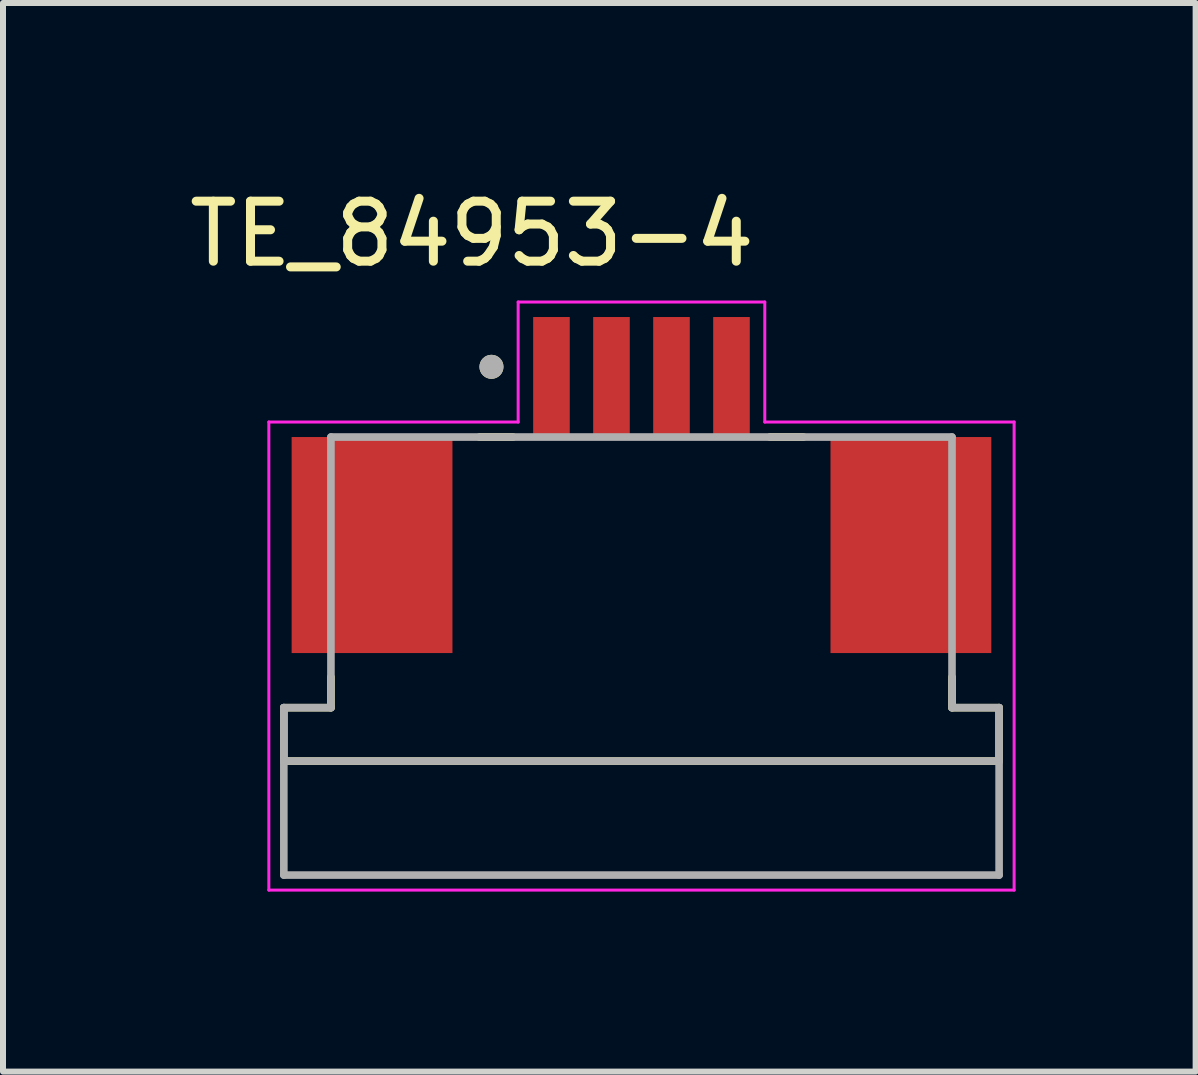
<source format=kicad_pcb>
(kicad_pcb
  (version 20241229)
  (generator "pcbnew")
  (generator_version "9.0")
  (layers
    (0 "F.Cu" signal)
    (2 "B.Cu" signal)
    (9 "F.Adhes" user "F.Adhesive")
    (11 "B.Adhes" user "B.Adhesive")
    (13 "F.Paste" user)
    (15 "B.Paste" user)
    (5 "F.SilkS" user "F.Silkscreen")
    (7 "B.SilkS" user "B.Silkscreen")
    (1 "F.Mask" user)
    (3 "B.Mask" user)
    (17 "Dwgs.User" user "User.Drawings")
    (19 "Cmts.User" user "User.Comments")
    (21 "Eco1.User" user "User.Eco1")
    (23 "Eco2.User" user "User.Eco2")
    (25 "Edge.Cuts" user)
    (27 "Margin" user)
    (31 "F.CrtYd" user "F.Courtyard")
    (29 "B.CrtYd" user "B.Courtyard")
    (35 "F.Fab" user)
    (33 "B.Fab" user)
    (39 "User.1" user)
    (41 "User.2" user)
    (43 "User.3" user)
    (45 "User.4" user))
  (footprint "TE_84953-4"
    (layer "F.Cu")
    (at 7.64 3.233)
    (property "Reference" "TE_84953-4" (at -2.825 -2.385 0) (layer "F.SilkS") (effects (font (size 1 1) (thickness 0.15))))
    (attr through_hole)
    (fp_line (start -5.96 6.4) (end -5.96 5.51) (stroke (width 0.127) (type solid)) (layer "F.SilkS"))
    (fp_line (start -5.175 5) (end -5.175 5.51) (stroke (width 0.127) (type solid)) (layer "F.SilkS"))
    (fp_line (start -5.175 5.51) (end -5.96 5.51) (stroke (width 0.127) (type solid)) (layer "F.SilkS"))
    (fp_line (start -2.7 1) (end -2.14 1) (stroke (width 0.127) (type solid)) (layer "F.SilkS"))
    (fp_line (start 2.14 1) (end 2.7 1) (stroke (width 0.127) (type solid)) (layer "F.SilkS"))
    (fp_line (start 5.175 5) (end 5.175 5.51) (stroke (width 0.127) (type solid)) (layer "F.SilkS"))
    (fp_line (start 5.96 5.51) (end 5.175 5.51) (stroke (width 0.127) (type solid)) (layer "F.SilkS"))
    (fp_line (start 5.96 5.51) (end 5.96 6.4) (stroke (width 0.127) (type solid)) (layer "F.SilkS"))
    (fp_line (start 5.96 6.4) (end -5.96 6.4) (stroke (width 0.127) (type solid)) (layer "F.SilkS"))
    (fp_circle (center -2.5 -0.17) (end -2.4 -0.17) (stroke (width 0.2) (type solid)) (fill no) (layer "F.SilkS"))
    (fp_line (start -6.21 0.75) (end -2.055 0.75) (stroke (width 0.05) (type solid)) (layer "F.CrtYd"))
    (fp_line (start -6.21 8.55) (end -6.21 0.75) (stroke (width 0.05) (type solid)) (layer "F.CrtYd"))
    (fp_line (start -2.055 -1.25) (end 2.055 -1.25) (stroke (width 0.05) (type solid)) (layer "F.CrtYd"))
    (fp_line (start -2.055 0.75) (end -2.055 -1.25) (stroke (width 0.05) (type solid)) (layer "F.CrtYd"))
    (fp_line (start 2.055 -1.25) (end 2.055 0.75) (stroke (width 0.05) (type solid)) (layer "F.CrtYd"))
    (fp_line (start 2.055 0.75) (end 6.21 0.75) (stroke (width 0.05) (type solid)) (layer "F.CrtYd"))
    (fp_line (start 6.21 0.75) (end 6.21 8.55) (stroke (width 0.05) (type solid)) (layer "F.CrtYd"))
    (fp_line (start 6.21 8.55) (end -6.21 8.55) (stroke (width 0.05) (type solid)) (layer "F.CrtYd"))
    (fp_line (start -5.96 5.51) (end -5.96 6.4) (stroke (width 0.127) (type solid)) (layer "F.Fab"))
    (fp_line (start -5.96 8.3) (end -5.96 6.4) (stroke (width 0.127) (type solid)) (layer "F.Fab"))
    (fp_line (start -5.175 1) (end -5.175 5.51) (stroke (width 0.127) (type solid)) (layer "F.Fab"))
    (fp_line (start -5.175 1) (end 5.175 1) (stroke (width 0.127) (type solid)) (layer "F.Fab"))
    (fp_line (start -5.175 5.51) (end -5.96 5.51) (stroke (width 0.127) (type solid)) (layer "F.Fab"))
    (fp_line (start 5.175 1) (end 5.175 5.51) (stroke (width 0.127) (type solid)) (layer "F.Fab"))
    (fp_line (start 5.96 5.51) (end 5.175 5.51) (stroke (width 0.127) (type solid)) (layer "F.Fab"))
    (fp_line (start 5.96 5.51) (end 5.96 6.4) (stroke (width 0.127) (type solid)) (layer "F.Fab"))
    (fp_line (start 5.96 6.4) (end -5.96 6.4) (stroke (width 0.127) (type solid)) (layer "F.Fab"))
    (fp_line (start 5.96 6.4) (end 5.96 8.3) (stroke (width 0.127) (type solid)) (layer "F.Fab"))
    (fp_line (start 5.96 8.3) (end -5.96 8.3) (stroke (width 0.127) (type solid)) (layer "F.Fab"))
    (fp_circle (center -2.5 -0.17) (end -2.4 -0.17) (stroke (width 0.2) (type solid)) (fill no) (layer "F.Fab"))
    (pad "1" smd rect (at -1.5 0) (size 0.61 2) (layers "F.Cu" "F.Mask" "F.Paste"))
    (pad "2" smd rect (at -0.5 0) (size 0.61 2) (layers "F.Cu" "F.Mask" "F.Paste"))
    (pad "3" smd rect (at 0.5 0) (size 0.61 2) (layers "F.Cu" "F.Mask" "F.Paste"))
    (pad "4" smd rect (at 1.5 0) (size 0.61 2) (layers "F.Cu" "F.Mask" "F.Paste"))
    (pad "S1" smd rect (at -4.49 2.8) (size 2.68 3.6) (layers "F.Cu" "F.Mask" "F.Paste"))
    (pad "S2" smd rect (at 4.49 2.8) (size 2.68 3.6) (layers "F.Cu" "F.Mask" "F.Paste")))
  (gr_rect
    (start -3 -3)
    (end 16.875 14.808)
    (stroke (width 0.1) (type default))
    (fill no)
    (layer "Edge.Cuts")))
</source>
